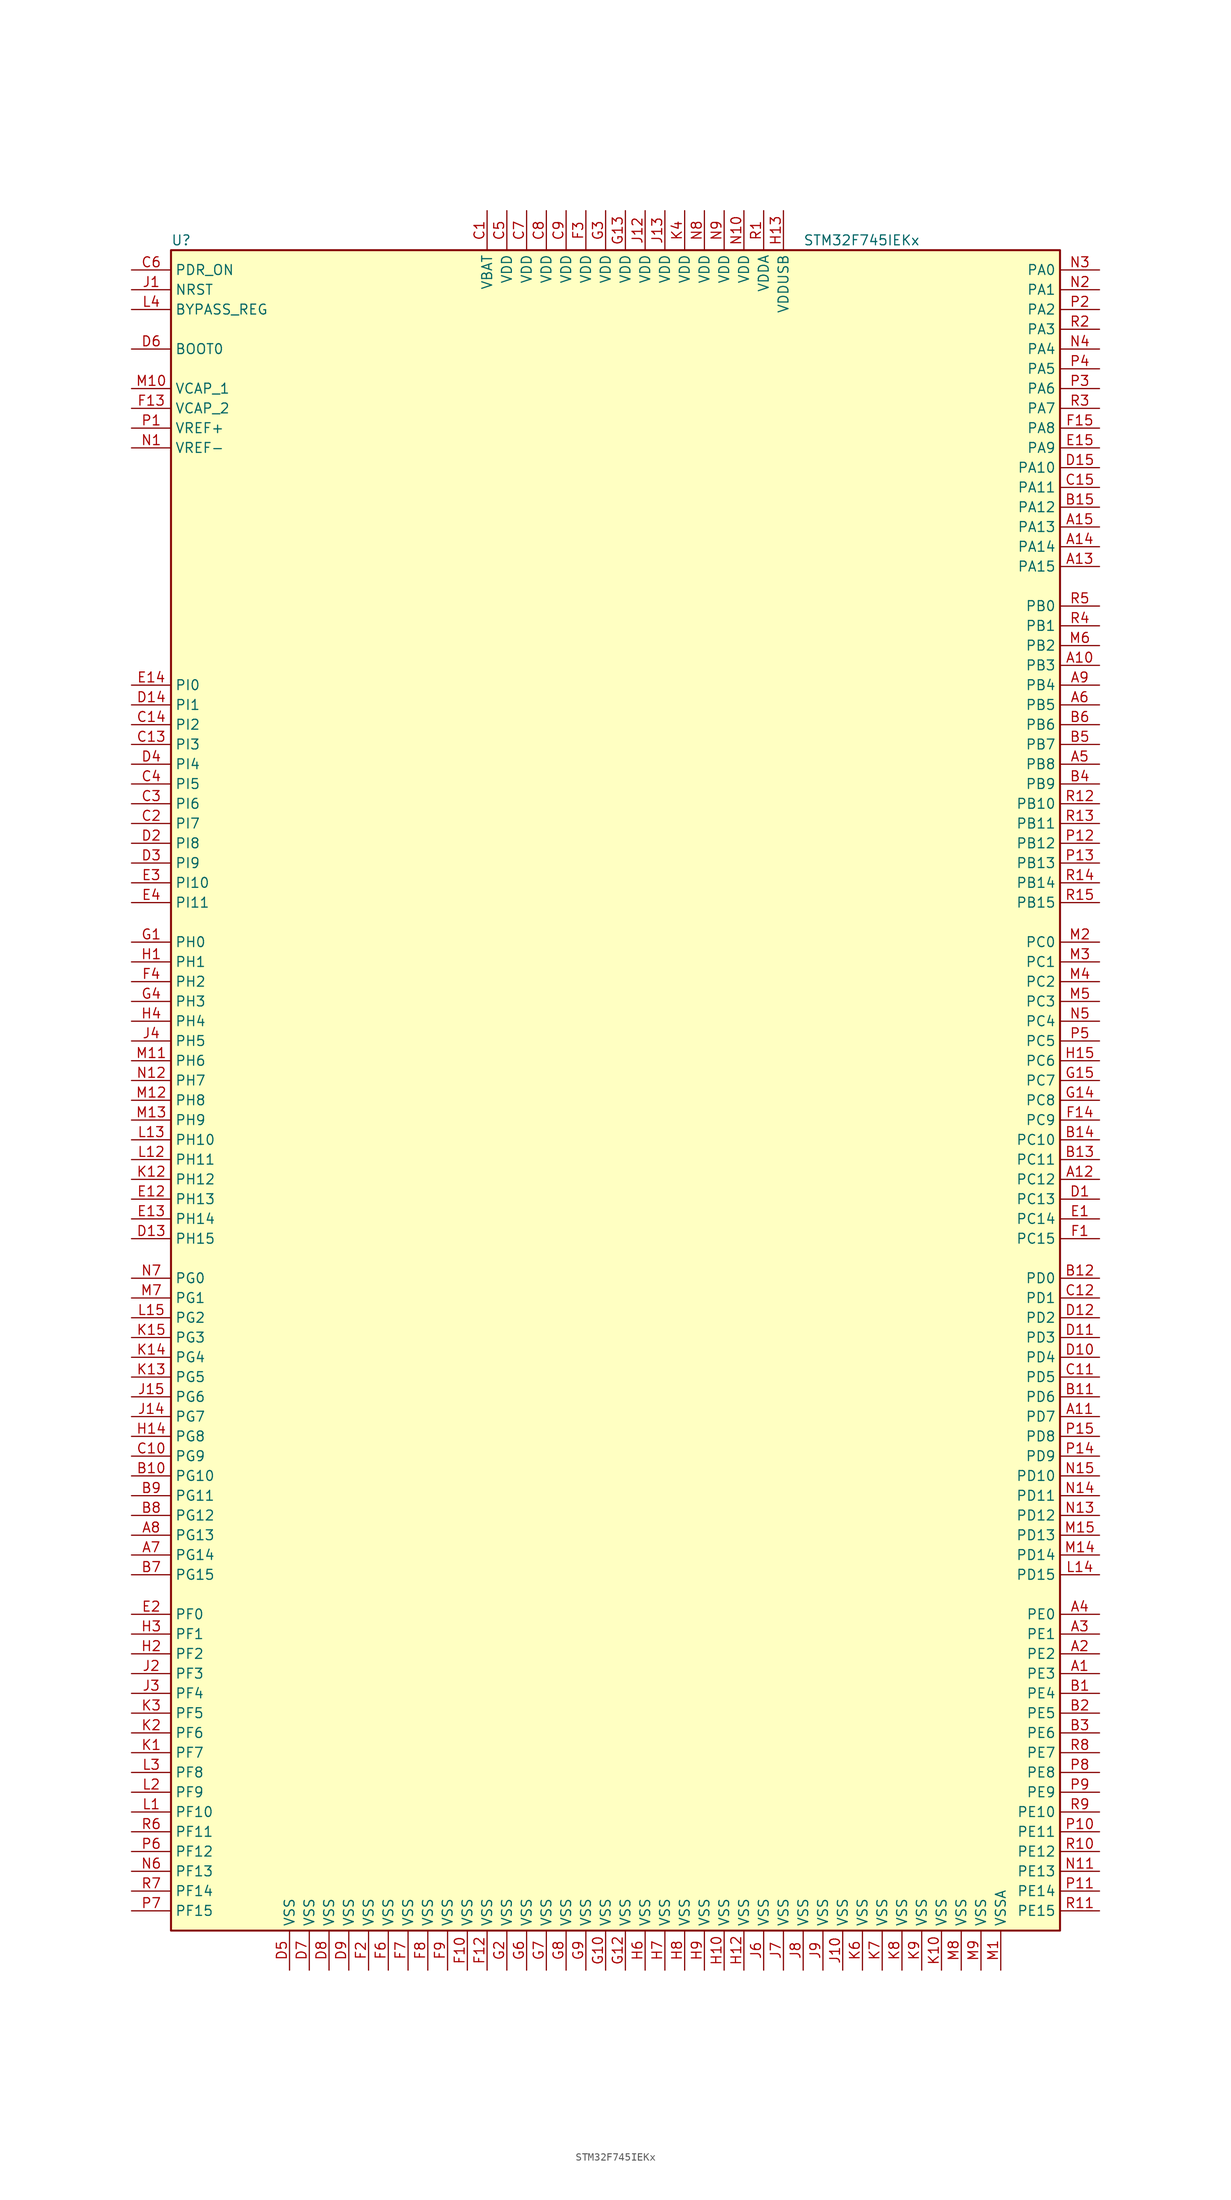
<source format=kicad_sym>
(kicad_symbol_lib
  (version 20201005)
  (generator kicad_symbol_editor)
  (symbol "STM32F745IEKx"
    (property "Reference" "U"
      (at -58.42 107.95 0)
      (effects (font (size 1.27 1.27)) (justify left)))
    (property "Value" "STM32F745IEKx"
      (at 22.86 107.95 0)
      (effects (font (size 1.27 1.27)) (justify left)))
    (symbol "STM32F745IEKx_0_1"
      (rectangle (start -58.42 -109.22) (end 55.88 106.68) (stroke (width 0.254)) (fill (type background))))
    (symbol "STM32F745IEKx_1_1"
      (pin bidirectional line (at 60.96 -76.2 180) (length 5.08) (name "PE3" (effects (font (size 1.27 1.27)))) (number "A1" (effects (font (size 1.27 1.27)))))
      (pin bidirectional line (at 60.96 53.34 180) (length 5.08) (name "PB3" (effects (font (size 1.27 1.27)))) (number "A10" (effects (font (size 1.27 1.27)))))
      (pin bidirectional line (at 60.96 -43.18 180) (length 5.08) (name "PD7" (effects (font (size 1.27 1.27)))) (number "A11" (effects (font (size 1.27 1.27)))))
      (pin bidirectional line (at 60.96 -12.7 180) (length 5.08) (name "PC12" (effects (font (size 1.27 1.27)))) (number "A12" (effects (font (size 1.27 1.27)))))
      (pin bidirectional line (at 60.96 66.04 180) (length 5.08) (name "PA15" (effects (font (size 1.27 1.27)))) (number "A13" (effects (font (size 1.27 1.27)))))
      (pin bidirectional line (at 60.96 68.58 180) (length 5.08) (name "PA14" (effects (font (size 1.27 1.27)))) (number "A14" (effects (font (size 1.27 1.27)))))
      (pin bidirectional line (at 60.96 71.12 180) (length 5.08) (name "PA13" (effects (font (size 1.27 1.27)))) (number "A15" (effects (font (size 1.27 1.27)))))
      (pin bidirectional line (at 60.96 -73.66 180) (length 5.08) (name "PE2" (effects (font (size 1.27 1.27)))) (number "A2" (effects (font (size 1.27 1.27)))))
      (pin bidirectional line (at 60.96 -71.12 180) (length 5.08) (name "PE1" (effects (font (size 1.27 1.27)))) (number "A3" (effects (font (size 1.27 1.27)))))
      (pin bidirectional line (at 60.96 -68.58 180) (length 5.08) (name "PE0" (effects (font (size 1.27 1.27)))) (number "A4" (effects (font (size 1.27 1.27)))))
      (pin bidirectional line (at 60.96 40.64 180) (length 5.08) (name "PB8" (effects (font (size 1.27 1.27)))) (number "A5" (effects (font (size 1.27 1.27)))))
      (pin bidirectional line (at 60.96 48.26 180) (length 5.08) (name "PB5" (effects (font (size 1.27 1.27)))) (number "A6" (effects (font (size 1.27 1.27)))))
      (pin bidirectional line (at -63.5 -60.96 0) (length 5.08) (name "PG14" (effects (font (size 1.27 1.27)))) (number "A7" (effects (font (size 1.27 1.27)))))
      (pin bidirectional line (at -63.5 -58.42 0) (length 5.08) (name "PG13" (effects (font (size 1.27 1.27)))) (number "A8" (effects (font (size 1.27 1.27)))))
      (pin bidirectional line (at 60.96 50.8 180) (length 5.08) (name "PB4" (effects (font (size 1.27 1.27)))) (number "A9" (effects (font (size 1.27 1.27)))))
      (pin bidirectional line (at 60.96 -78.74 180) (length 5.08) (name "PE4" (effects (font (size 1.27 1.27)))) (number "B1" (effects (font (size 1.27 1.27)))))
      (pin bidirectional line (at -63.5 -50.8 0) (length 5.08) (name "PG10" (effects (font (size 1.27 1.27)))) (number "B10" (effects (font (size 1.27 1.27)))))
      (pin bidirectional line (at 60.96 -40.64 180) (length 5.08) (name "PD6" (effects (font (size 1.27 1.27)))) (number "B11" (effects (font (size 1.27 1.27)))))
      (pin bidirectional line (at 60.96 -25.4 180) (length 5.08) (name "PD0" (effects (font (size 1.27 1.27)))) (number "B12" (effects (font (size 1.27 1.27)))))
      (pin bidirectional line (at 60.96 -10.16 180) (length 5.08) (name "PC11" (effects (font (size 1.27 1.27)))) (number "B13" (effects (font (size 1.27 1.27)))))
      (pin bidirectional line (at 60.96 -7.62 180) (length 5.08) (name "PC10" (effects (font (size 1.27 1.27)))) (number "B14" (effects (font (size 1.27 1.27)))))
      (pin bidirectional line (at 60.96 73.66 180) (length 5.08) (name "PA12" (effects (font (size 1.27 1.27)))) (number "B15" (effects (font (size 1.27 1.27)))))
      (pin bidirectional line (at 60.96 -81.28 180) (length 5.08) (name "PE5" (effects (font (size 1.27 1.27)))) (number "B2" (effects (font (size 1.27 1.27)))))
      (pin bidirectional line (at 60.96 -83.82 180) (length 5.08) (name "PE6" (effects (font (size 1.27 1.27)))) (number "B3" (effects (font (size 1.27 1.27)))))
      (pin bidirectional line (at 60.96 38.1 180) (length 5.08) (name "PB9" (effects (font (size 1.27 1.27)))) (number "B4" (effects (font (size 1.27 1.27)))))
      (pin bidirectional line (at 60.96 43.18 180) (length 5.08) (name "PB7" (effects (font (size 1.27 1.27)))) (number "B5" (effects (font (size 1.27 1.27)))))
      (pin bidirectional line (at 60.96 45.72 180) (length 5.08) (name "PB6" (effects (font (size 1.27 1.27)))) (number "B6" (effects (font (size 1.27 1.27)))))
      (pin bidirectional line (at -63.5 -63.5 0) (length 5.08) (name "PG15" (effects (font (size 1.27 1.27)))) (number "B7" (effects (font (size 1.27 1.27)))))
      (pin bidirectional line (at -63.5 -55.88 0) (length 5.08) (name "PG12" (effects (font (size 1.27 1.27)))) (number "B8" (effects (font (size 1.27 1.27)))))
      (pin bidirectional line (at -63.5 -53.34 0) (length 5.08) (name "PG11" (effects (font (size 1.27 1.27)))) (number "B9" (effects (font (size 1.27 1.27)))))
      (pin power_in line (at -17.78 111.76 270) (length 5.08) (name "VBAT" (effects (font (size 1.27 1.27)))) (number "C1" (effects (font (size 1.27 1.27)))))
      (pin bidirectional line (at -63.5 -48.26 0) (length 5.08) (name "PG9" (effects (font (size 1.27 1.27)))) (number "C10" (effects (font (size 1.27 1.27)))))
      (pin bidirectional line (at 60.96 -38.1 180) (length 5.08) (name "PD5" (effects (font (size 1.27 1.27)))) (number "C11" (effects (font (size 1.27 1.27)))))
      (pin bidirectional line (at 60.96 -27.94 180) (length 5.08) (name "PD1" (effects (font (size 1.27 1.27)))) (number "C12" (effects (font (size 1.27 1.27)))))
      (pin bidirectional line (at -63.5 43.18 0) (length 5.08) (name "PI3" (effects (font (size 1.27 1.27)))) (number "C13" (effects (font (size 1.27 1.27)))))
      (pin bidirectional line (at -63.5 45.72 0) (length 5.08) (name "PI2" (effects (font (size 1.27 1.27)))) (number "C14" (effects (font (size 1.27 1.27)))))
      (pin bidirectional line (at 60.96 76.2 180) (length 5.08) (name "PA11" (effects (font (size 1.27 1.27)))) (number "C15" (effects (font (size 1.27 1.27)))))
      (pin bidirectional line (at -63.5 33.02 0) (length 5.08) (name "PI7" (effects (font (size 1.27 1.27)))) (number "C2" (effects (font (size 1.27 1.27)))))
      (pin bidirectional line (at -63.5 35.56 0) (length 5.08) (name "PI6" (effects (font (size 1.27 1.27)))) (number "C3" (effects (font (size 1.27 1.27)))))
      (pin bidirectional line (at -63.5 38.1 0) (length 5.08) (name "PI5" (effects (font (size 1.27 1.27)))) (number "C4" (effects (font (size 1.27 1.27)))))
      (pin power_in line (at -15.24 111.76 270) (length 5.08) (name "VDD" (effects (font (size 1.27 1.27)))) (number "C5" (effects (font (size 1.27 1.27)))))
      (pin input line (at -63.5 104.14 0) (length 5.08) (name "PDR_ON" (effects (font (size 1.27 1.27)))) (number "C6" (effects (font (size 1.27 1.27)))))
      (pin power_in line (at -12.7 111.76 270) (length 5.08) (name "VDD" (effects (font (size 1.27 1.27)))) (number "C7" (effects (font (size 1.27 1.27)))))
      (pin power_in line (at -10.16 111.76 270) (length 5.08) (name "VDD" (effects (font (size 1.27 1.27)))) (number "C8" (effects (font (size 1.27 1.27)))))
      (pin power_in line (at -7.62 111.76 270) (length 5.08) (name "VDD" (effects (font (size 1.27 1.27)))) (number "C9" (effects (font (size 1.27 1.27)))))
      (pin bidirectional line (at 60.96 -15.24 180) (length 5.08) (name "PC13" (effects (font (size 1.27 1.27)))) (number "D1" (effects (font (size 1.27 1.27)))))
      (pin bidirectional line (at 60.96 -35.56 180) (length 5.08) (name "PD4" (effects (font (size 1.27 1.27)))) (number "D10" (effects (font (size 1.27 1.27)))))
      (pin bidirectional line (at 60.96 -33.02 180) (length 5.08) (name "PD3" (effects (font (size 1.27 1.27)))) (number "D11" (effects (font (size 1.27 1.27)))))
      (pin bidirectional line (at 60.96 -30.48 180) (length 5.08) (name "PD2" (effects (font (size 1.27 1.27)))) (number "D12" (effects (font (size 1.27 1.27)))))
      (pin bidirectional line (at -63.5 -20.32 0) (length 5.08) (name "PH15" (effects (font (size 1.27 1.27)))) (number "D13" (effects (font (size 1.27 1.27)))))
      (pin bidirectional line (at -63.5 48.26 0) (length 5.08) (name "PI1" (effects (font (size 1.27 1.27)))) (number "D14" (effects (font (size 1.27 1.27)))))
      (pin bidirectional line (at 60.96 78.74 180) (length 5.08) (name "PA10" (effects (font (size 1.27 1.27)))) (number "D15" (effects (font (size 1.27 1.27)))))
      (pin bidirectional line (at -63.5 30.48 0) (length 5.08) (name "PI8" (effects (font (size 1.27 1.27)))) (number "D2" (effects (font (size 1.27 1.27)))))
      (pin bidirectional line (at -63.5 27.94 0) (length 5.08) (name "PI9" (effects (font (size 1.27 1.27)))) (number "D3" (effects (font (size 1.27 1.27)))))
      (pin bidirectional line (at -63.5 40.64 0) (length 5.08) (name "PI4" (effects (font (size 1.27 1.27)))) (number "D4" (effects (font (size 1.27 1.27)))))
      (pin power_in line (at -43.18 -114.3 90) (length 5.08) (name "VSS" (effects (font (size 1.27 1.27)))) (number "D5" (effects (font (size 1.27 1.27)))))
      (pin input line (at -63.5 93.98 0) (length 5.08) (name "BOOT0" (effects (font (size 1.27 1.27)))) (number "D6" (effects (font (size 1.27 1.27)))))
      (pin power_in line (at -40.64 -114.3 90) (length 5.08) (name "VSS" (effects (font (size 1.27 1.27)))) (number "D7" (effects (font (size 1.27 1.27)))))
      (pin power_in line (at -38.1 -114.3 90) (length 5.08) (name "VSS" (effects (font (size 1.27 1.27)))) (number "D8" (effects (font (size 1.27 1.27)))))
      (pin power_in line (at -35.56 -114.3 90) (length 5.08) (name "VSS" (effects (font (size 1.27 1.27)))) (number "D9" (effects (font (size 1.27 1.27)))))
      (pin bidirectional line (at 60.96 -17.78 180) (length 5.08) (name "PC14" (effects (font (size 1.27 1.27)))) (number "E1" (effects (font (size 1.27 1.27)))))
      (pin bidirectional line (at -63.5 -15.24 0) (length 5.08) (name "PH13" (effects (font (size 1.27 1.27)))) (number "E12" (effects (font (size 1.27 1.27)))))
      (pin bidirectional line (at -63.5 -17.78 0) (length 5.08) (name "PH14" (effects (font (size 1.27 1.27)))) (number "E13" (effects (font (size 1.27 1.27)))))
      (pin bidirectional line (at -63.5 50.8 0) (length 5.08) (name "PI0" (effects (font (size 1.27 1.27)))) (number "E14" (effects (font (size 1.27 1.27)))))
      (pin bidirectional line (at 60.96 81.28 180) (length 5.08) (name "PA9" (effects (font (size 1.27 1.27)))) (number "E15" (effects (font (size 1.27 1.27)))))
      (pin bidirectional line (at -63.5 -68.58 0) (length 5.08) (name "PF0" (effects (font (size 1.27 1.27)))) (number "E2" (effects (font (size 1.27 1.27)))))
      (pin bidirectional line (at -63.5 25.4 0) (length 5.08) (name "PI10" (effects (font (size 1.27 1.27)))) (number "E3" (effects (font (size 1.27 1.27)))))
      (pin bidirectional line (at -63.5 22.86 0) (length 5.08) (name "PI11" (effects (font (size 1.27 1.27)))) (number "E4" (effects (font (size 1.27 1.27)))))
      (pin bidirectional line (at 60.96 -20.32 180) (length 5.08) (name "PC15" (effects (font (size 1.27 1.27)))) (number "F1" (effects (font (size 1.27 1.27)))))
      (pin power_in line (at -20.32 -114.3 90) (length 5.08) (name "VSS" (effects (font (size 1.27 1.27)))) (number "F10" (effects (font (size 1.27 1.27)))))
      (pin power_in line (at -17.78 -114.3 90) (length 5.08) (name "VSS" (effects (font (size 1.27 1.27)))) (number "F12" (effects (font (size 1.27 1.27)))))
      (pin power_in line (at -63.5 86.36 0) (length 5.08) (name "VCAP_2" (effects (font (size 1.27 1.27)))) (number "F13" (effects (font (size 1.27 1.27)))))
      (pin bidirectional line (at 60.96 -5.08 180) (length 5.08) (name "PC9" (effects (font (size 1.27 1.27)))) (number "F14" (effects (font (size 1.27 1.27)))))
      (pin bidirectional line (at 60.96 83.82 180) (length 5.08) (name "PA8" (effects (font (size 1.27 1.27)))) (number "F15" (effects (font (size 1.27 1.27)))))
      (pin power_in line (at -33.02 -114.3 90) (length 5.08) (name "VSS" (effects (font (size 1.27 1.27)))) (number "F2" (effects (font (size 1.27 1.27)))))
      (pin power_in line (at -5.08 111.76 270) (length 5.08) (name "VDD" (effects (font (size 1.27 1.27)))) (number "F3" (effects (font (size 1.27 1.27)))))
      (pin bidirectional line (at -63.5 12.7 0) (length 5.08) (name "PH2" (effects (font (size 1.27 1.27)))) (number "F4" (effects (font (size 1.27 1.27)))))
      (pin power_in line (at -30.48 -114.3 90) (length 5.08) (name "VSS" (effects (font (size 1.27 1.27)))) (number "F6" (effects (font (size 1.27 1.27)))))
      (pin power_in line (at -27.94 -114.3 90) (length 5.08) (name "VSS" (effects (font (size 1.27 1.27)))) (number "F7" (effects (font (size 1.27 1.27)))))
      (pin power_in line (at -25.4 -114.3 90) (length 5.08) (name "VSS" (effects (font (size 1.27 1.27)))) (number "F8" (effects (font (size 1.27 1.27)))))
      (pin power_in line (at -22.86 -114.3 90) (length 5.08) (name "VSS" (effects (font (size 1.27 1.27)))) (number "F9" (effects (font (size 1.27 1.27)))))
      (pin input line (at -63.5 17.78 0) (length 5.08) (name "PH0" (effects (font (size 1.27 1.27)))) (number "G1" (effects (font (size 1.27 1.27)))))
      (pin power_in line (at -2.54 -114.3 90) (length 5.08) (name "VSS" (effects (font (size 1.27 1.27)))) (number "G10" (effects (font (size 1.27 1.27)))))
      (pin power_in line (at 0 -114.3 90) (length 5.08) (name "VSS" (effects (font (size 1.27 1.27)))) (number "G12" (effects (font (size 1.27 1.27)))))
      (pin power_in line (at 0 111.76 270) (length 5.08) (name "VDD" (effects (font (size 1.27 1.27)))) (number "G13" (effects (font (size 1.27 1.27)))))
      (pin bidirectional line (at 60.96 -2.54 180) (length 5.08) (name "PC8" (effects (font (size 1.27 1.27)))) (number "G14" (effects (font (size 1.27 1.27)))))
      (pin bidirectional line (at 60.96 0 180) (length 5.08) (name "PC7" (effects (font (size 1.27 1.27)))) (number "G15" (effects (font (size 1.27 1.27)))))
      (pin power_in line (at -15.24 -114.3 90) (length 5.08) (name "VSS" (effects (font (size 1.27 1.27)))) (number "G2" (effects (font (size 1.27 1.27)))))
      (pin power_in line (at -2.54 111.76 270) (length 5.08) (name "VDD" (effects (font (size 1.27 1.27)))) (number "G3" (effects (font (size 1.27 1.27)))))
      (pin bidirectional line (at -63.5 10.16 0) (length 5.08) (name "PH3" (effects (font (size 1.27 1.27)))) (number "G4" (effects (font (size 1.27 1.27)))))
      (pin power_in line (at -12.7 -114.3 90) (length 5.08) (name "VSS" (effects (font (size 1.27 1.27)))) (number "G6" (effects (font (size 1.27 1.27)))))
      (pin power_in line (at -10.16 -114.3 90) (length 5.08) (name "VSS" (effects (font (size 1.27 1.27)))) (number "G7" (effects (font (size 1.27 1.27)))))
      (pin power_in line (at -7.62 -114.3 90) (length 5.08) (name "VSS" (effects (font (size 1.27 1.27)))) (number "G8" (effects (font (size 1.27 1.27)))))
      (pin power_in line (at -5.08 -114.3 90) (length 5.08) (name "VSS" (effects (font (size 1.27 1.27)))) (number "G9" (effects (font (size 1.27 1.27)))))
      (pin input line (at -63.5 15.24 0) (length 5.08) (name "PH1" (effects (font (size 1.27 1.27)))) (number "H1" (effects (font (size 1.27 1.27)))))
      (pin power_in line (at 12.7 -114.3 90) (length 5.08) (name "VSS" (effects (font (size 1.27 1.27)))) (number "H10" (effects (font (size 1.27 1.27)))))
      (pin power_in line (at 15.24 -114.3 90) (length 5.08) (name "VSS" (effects (font (size 1.27 1.27)))) (number "H12" (effects (font (size 1.27 1.27)))))
      (pin power_in line (at 20.32 111.76 270) (length 5.08) (name "VDDUSB" (effects (font (size 1.27 1.27)))) (number "H13" (effects (font (size 1.27 1.27)))))
      (pin bidirectional line (at -63.5 -45.72 0) (length 5.08) (name "PG8" (effects (font (size 1.27 1.27)))) (number "H14" (effects (font (size 1.27 1.27)))))
      (pin bidirectional line (at 60.96 2.54 180) (length 5.08) (name "PC6" (effects (font (size 1.27 1.27)))) (number "H15" (effects (font (size 1.27 1.27)))))
      (pin bidirectional line (at -63.5 -73.66 0) (length 5.08) (name "PF2" (effects (font (size 1.27 1.27)))) (number "H2" (effects (font (size 1.27 1.27)))))
      (pin bidirectional line (at -63.5 -71.12 0) (length 5.08) (name "PF1" (effects (font (size 1.27 1.27)))) (number "H3" (effects (font (size 1.27 1.27)))))
      (pin bidirectional line (at -63.5 7.62 0) (length 5.08) (name "PH4" (effects (font (size 1.27 1.27)))) (number "H4" (effects (font (size 1.27 1.27)))))
      (pin power_in line (at 2.54 -114.3 90) (length 5.08) (name "VSS" (effects (font (size 1.27 1.27)))) (number "H6" (effects (font (size 1.27 1.27)))))
      (pin power_in line (at 5.08 -114.3 90) (length 5.08) (name "VSS" (effects (font (size 1.27 1.27)))) (number "H7" (effects (font (size 1.27 1.27)))))
      (pin power_in line (at 7.62 -114.3 90) (length 5.08) (name "VSS" (effects (font (size 1.27 1.27)))) (number "H8" (effects (font (size 1.27 1.27)))))
      (pin power_in line (at 10.16 -114.3 90) (length 5.08) (name "VSS" (effects (font (size 1.27 1.27)))) (number "H9" (effects (font (size 1.27 1.27)))))
      (pin input line (at -63.5 101.6 0) (length 5.08) (name "NRST" (effects (font (size 1.27 1.27)))) (number "J1" (effects (font (size 1.27 1.27)))))
      (pin power_in line (at 27.94 -114.3 90) (length 5.08) (name "VSS" (effects (font (size 1.27 1.27)))) (number "J10" (effects (font (size 1.27 1.27)))))
      (pin power_in line (at 2.54 111.76 270) (length 5.08) (name "VDD" (effects (font (size 1.27 1.27)))) (number "J12" (effects (font (size 1.27 1.27)))))
      (pin power_in line (at 5.08 111.76 270) (length 5.08) (name "VDD" (effects (font (size 1.27 1.27)))) (number "J13" (effects (font (size 1.27 1.27)))))
      (pin bidirectional line (at -63.5 -43.18 0) (length 5.08) (name "PG7" (effects (font (size 1.27 1.27)))) (number "J14" (effects (font (size 1.27 1.27)))))
      (pin bidirectional line (at -63.5 -40.64 0) (length 5.08) (name "PG6" (effects (font (size 1.27 1.27)))) (number "J15" (effects (font (size 1.27 1.27)))))
      (pin bidirectional line (at -63.5 -76.2 0) (length 5.08) (name "PF3" (effects (font (size 1.27 1.27)))) (number "J2" (effects (font (size 1.27 1.27)))))
      (pin bidirectional line (at -63.5 -78.74 0) (length 5.08) (name "PF4" (effects (font (size 1.27 1.27)))) (number "J3" (effects (font (size 1.27 1.27)))))
      (pin bidirectional line (at -63.5 5.08 0) (length 5.08) (name "PH5" (effects (font (size 1.27 1.27)))) (number "J4" (effects (font (size 1.27 1.27)))))
      (pin power_in line (at 17.78 -114.3 90) (length 5.08) (name "VSS" (effects (font (size 1.27 1.27)))) (number "J6" (effects (font (size 1.27 1.27)))))
      (pin power_in line (at 20.32 -114.3 90) (length 5.08) (name "VSS" (effects (font (size 1.27 1.27)))) (number "J7" (effects (font (size 1.27 1.27)))))
      (pin power_in line (at 22.86 -114.3 90) (length 5.08) (name "VSS" (effects (font (size 1.27 1.27)))) (number "J8" (effects (font (size 1.27 1.27)))))
      (pin power_in line (at 25.4 -114.3 90) (length 5.08) (name "VSS" (effects (font (size 1.27 1.27)))) (number "J9" (effects (font (size 1.27 1.27)))))
      (pin bidirectional line (at -63.5 -86.36 0) (length 5.08) (name "PF7" (effects (font (size 1.27 1.27)))) (number "K1" (effects (font (size 1.27 1.27)))))
      (pin power_in line (at 40.64 -114.3 90) (length 5.08) (name "VSS" (effects (font (size 1.27 1.27)))) (number "K10" (effects (font (size 1.27 1.27)))))
      (pin bidirectional line (at -63.5 -12.7 0) (length 5.08) (name "PH12" (effects (font (size 1.27 1.27)))) (number "K12" (effects (font (size 1.27 1.27)))))
      (pin bidirectional line (at -63.5 -38.1 0) (length 5.08) (name "PG5" (effects (font (size 1.27 1.27)))) (number "K13" (effects (font (size 1.27 1.27)))))
      (pin bidirectional line (at -63.5 -35.56 0) (length 5.08) (name "PG4" (effects (font (size 1.27 1.27)))) (number "K14" (effects (font (size 1.27 1.27)))))
      (pin bidirectional line (at -63.5 -33.02 0) (length 5.08) (name "PG3" (effects (font (size 1.27 1.27)))) (number "K15" (effects (font (size 1.27 1.27)))))
      (pin bidirectional line (at -63.5 -83.82 0) (length 5.08) (name "PF6" (effects (font (size 1.27 1.27)))) (number "K2" (effects (font (size 1.27 1.27)))))
      (pin bidirectional line (at -63.5 -81.28 0) (length 5.08) (name "PF5" (effects (font (size 1.27 1.27)))) (number "K3" (effects (font (size 1.27 1.27)))))
      (pin power_in line (at 7.62 111.76 270) (length 5.08) (name "VDD" (effects (font (size 1.27 1.27)))) (number "K4" (effects (font (size 1.27 1.27)))))
      (pin power_in line (at 30.48 -114.3 90) (length 5.08) (name "VSS" (effects (font (size 1.27 1.27)))) (number "K6" (effects (font (size 1.27 1.27)))))
      (pin power_in line (at 33.02 -114.3 90) (length 5.08) (name "VSS" (effects (font (size 1.27 1.27)))) (number "K7" (effects (font (size 1.27 1.27)))))
      (pin power_in line (at 35.56 -114.3 90) (length 5.08) (name "VSS" (effects (font (size 1.27 1.27)))) (number "K8" (effects (font (size 1.27 1.27)))))
      (pin power_in line (at 38.1 -114.3 90) (length 5.08) (name "VSS" (effects (font (size 1.27 1.27)))) (number "K9" (effects (font (size 1.27 1.27)))))
      (pin bidirectional line (at -63.5 -93.98 0) (length 5.08) (name "PF10" (effects (font (size 1.27 1.27)))) (number "L1" (effects (font (size 1.27 1.27)))))
      (pin bidirectional line (at -63.5 -10.16 0) (length 5.08) (name "PH11" (effects (font (size 1.27 1.27)))) (number "L12" (effects (font (size 1.27 1.27)))))
      (pin bidirectional line (at -63.5 -7.62 0) (length 5.08) (name "PH10" (effects (font (size 1.27 1.27)))) (number "L13" (effects (font (size 1.27 1.27)))))
      (pin bidirectional line (at 60.96 -63.5 180) (length 5.08) (name "PD15" (effects (font (size 1.27 1.27)))) (number "L14" (effects (font (size 1.27 1.27)))))
      (pin bidirectional line (at -63.5 -30.48 0) (length 5.08) (name "PG2" (effects (font (size 1.27 1.27)))) (number "L15" (effects (font (size 1.27 1.27)))))
      (pin bidirectional line (at -63.5 -91.44 0) (length 5.08) (name "PF9" (effects (font (size 1.27 1.27)))) (number "L2" (effects (font (size 1.27 1.27)))))
      (pin bidirectional line (at -63.5 -88.9 0) (length 5.08) (name "PF8" (effects (font (size 1.27 1.27)))) (number "L3" (effects (font (size 1.27 1.27)))))
      (pin input line (at -63.5 99.06 0) (length 5.08) (name "BYPASS_REG" (effects (font (size 1.27 1.27)))) (number "L4" (effects (font (size 1.27 1.27)))))
      (pin power_in line (at 48.26 -114.3 90) (length 5.08) (name "VSSA" (effects (font (size 1.27 1.27)))) (number "M1" (effects (font (size 1.27 1.27)))))
      (pin power_in line (at -63.5 88.9 0) (length 5.08) (name "VCAP_1" (effects (font (size 1.27 1.27)))) (number "M10" (effects (font (size 1.27 1.27)))))
      (pin bidirectional line (at -63.5 2.54 0) (length 5.08) (name "PH6" (effects (font (size 1.27 1.27)))) (number "M11" (effects (font (size 1.27 1.27)))))
      (pin bidirectional line (at -63.5 -2.54 0) (length 5.08) (name "PH8" (effects (font (size 1.27 1.27)))) (number "M12" (effects (font (size 1.27 1.27)))))
      (pin bidirectional line (at -63.5 -5.08 0) (length 5.08) (name "PH9" (effects (font (size 1.27 1.27)))) (number "M13" (effects (font (size 1.27 1.27)))))
      (pin bidirectional line (at 60.96 -60.96 180) (length 5.08) (name "PD14" (effects (font (size 1.27 1.27)))) (number "M14" (effects (font (size 1.27 1.27)))))
      (pin bidirectional line (at 60.96 -58.42 180) (length 5.08) (name "PD13" (effects (font (size 1.27 1.27)))) (number "M15" (effects (font (size 1.27 1.27)))))
      (pin bidirectional line (at 60.96 17.78 180) (length 5.08) (name "PC0" (effects (font (size 1.27 1.27)))) (number "M2" (effects (font (size 1.27 1.27)))))
      (pin bidirectional line (at 60.96 15.24 180) (length 5.08) (name "PC1" (effects (font (size 1.27 1.27)))) (number "M3" (effects (font (size 1.27 1.27)))))
      (pin bidirectional line (at 60.96 12.7 180) (length 5.08) (name "PC2" (effects (font (size 1.27 1.27)))) (number "M4" (effects (font (size 1.27 1.27)))))
      (pin bidirectional line (at 60.96 10.16 180) (length 5.08) (name "PC3" (effects (font (size 1.27 1.27)))) (number "M5" (effects (font (size 1.27 1.27)))))
      (pin bidirectional line (at 60.96 55.88 180) (length 5.08) (name "PB2" (effects (font (size 1.27 1.27)))) (number "M6" (effects (font (size 1.27 1.27)))))
      (pin bidirectional line (at -63.5 -27.94 0) (length 5.08) (name "PG1" (effects (font (size 1.27 1.27)))) (number "M7" (effects (font (size 1.27 1.27)))))
      (pin power_in line (at 43.18 -114.3 90) (length 5.08) (name "VSS" (effects (font (size 1.27 1.27)))) (number "M8" (effects (font (size 1.27 1.27)))))
      (pin power_in line (at 45.72 -114.3 90) (length 5.08) (name "VSS" (effects (font (size 1.27 1.27)))) (number "M9" (effects (font (size 1.27 1.27)))))
      (pin power_in line (at -63.5 81.28 0) (length 5.08) (name "VREF-" (effects (font (size 1.27 1.27)))) (number "N1" (effects (font (size 1.27 1.27)))))
      (pin power_in line (at 15.24 111.76 270) (length 5.08) (name "VDD" (effects (font (size 1.27 1.27)))) (number "N10" (effects (font (size 1.27 1.27)))))
      (pin bidirectional line (at 60.96 -101.6 180) (length 5.08) (name "PE13" (effects (font (size 1.27 1.27)))) (number "N11" (effects (font (size 1.27 1.27)))))
      (pin bidirectional line (at -63.5 0 0) (length 5.08) (name "PH7" (effects (font (size 1.27 1.27)))) (number "N12" (effects (font (size 1.27 1.27)))))
      (pin bidirectional line (at 60.96 -55.88 180) (length 5.08) (name "PD12" (effects (font (size 1.27 1.27)))) (number "N13" (effects (font (size 1.27 1.27)))))
      (pin bidirectional line (at 60.96 -53.34 180) (length 5.08) (name "PD11" (effects (font (size 1.27 1.27)))) (number "N14" (effects (font (size 1.27 1.27)))))
      (pin bidirectional line (at 60.96 -50.8 180) (length 5.08) (name "PD10" (effects (font (size 1.27 1.27)))) (number "N15" (effects (font (size 1.27 1.27)))))
      (pin bidirectional line (at 60.96 101.6 180) (length 5.08) (name "PA1" (effects (font (size 1.27 1.27)))) (number "N2" (effects (font (size 1.27 1.27)))))
      (pin bidirectional line (at 60.96 104.14 180) (length 5.08) (name "PA0" (effects (font (size 1.27 1.27)))) (number "N3" (effects (font (size 1.27 1.27)))))
      (pin bidirectional line (at 60.96 93.98 180) (length 5.08) (name "PA4" (effects (font (size 1.27 1.27)))) (number "N4" (effects (font (size 1.27 1.27)))))
      (pin bidirectional line (at 60.96 7.62 180) (length 5.08) (name "PC4" (effects (font (size 1.27 1.27)))) (number "N5" (effects (font (size 1.27 1.27)))))
      (pin bidirectional line (at -63.5 -101.6 0) (length 5.08) (name "PF13" (effects (font (size 1.27 1.27)))) (number "N6" (effects (font (size 1.27 1.27)))))
      (pin bidirectional line (at -63.5 -25.4 0) (length 5.08) (name "PG0" (effects (font (size 1.27 1.27)))) (number "N7" (effects (font (size 1.27 1.27)))))
      (pin power_in line (at 10.16 111.76 270) (length 5.08) (name "VDD" (effects (font (size 1.27 1.27)))) (number "N8" (effects (font (size 1.27 1.27)))))
      (pin power_in line (at 12.7 111.76 270) (length 5.08) (name "VDD" (effects (font (size 1.27 1.27)))) (number "N9" (effects (font (size 1.27 1.27)))))
      (pin power_in line (at -63.5 83.82 0) (length 5.08) (name "VREF+" (effects (font (size 1.27 1.27)))) (number "P1" (effects (font (size 1.27 1.27)))))
      (pin bidirectional line (at 60.96 -96.52 180) (length 5.08) (name "PE11" (effects (font (size 1.27 1.27)))) (number "P10" (effects (font (size 1.27 1.27)))))
      (pin bidirectional line (at 60.96 -104.14 180) (length 5.08) (name "PE14" (effects (font (size 1.27 1.27)))) (number "P11" (effects (font (size 1.27 1.27)))))
      (pin bidirectional line (at 60.96 30.48 180) (length 5.08) (name "PB12" (effects (font (size 1.27 1.27)))) (number "P12" (effects (font (size 1.27 1.27)))))
      (pin bidirectional line (at 60.96 27.94 180) (length 5.08) (name "PB13" (effects (font (size 1.27 1.27)))) (number "P13" (effects (font (size 1.27 1.27)))))
      (pin bidirectional line (at 60.96 -48.26 180) (length 5.08) (name "PD9" (effects (font (size 1.27 1.27)))) (number "P14" (effects (font (size 1.27 1.27)))))
      (pin bidirectional line (at 60.96 -45.72 180) (length 5.08) (name "PD8" (effects (font (size 1.27 1.27)))) (number "P15" (effects (font (size 1.27 1.27)))))
      (pin bidirectional line (at 60.96 99.06 180) (length 5.08) (name "PA2" (effects (font (size 1.27 1.27)))) (number "P2" (effects (font (size 1.27 1.27)))))
      (pin bidirectional line (at 60.96 88.9 180) (length 5.08) (name "PA6" (effects (font (size 1.27 1.27)))) (number "P3" (effects (font (size 1.27 1.27)))))
      (pin bidirectional line (at 60.96 91.44 180) (length 5.08) (name "PA5" (effects (font (size 1.27 1.27)))) (number "P4" (effects (font (size 1.27 1.27)))))
      (pin bidirectional line (at 60.96 5.08 180) (length 5.08) (name "PC5" (effects (font (size 1.27 1.27)))) (number "P5" (effects (font (size 1.27 1.27)))))
      (pin bidirectional line (at -63.5 -99.06 0) (length 5.08) (name "PF12" (effects (font (size 1.27 1.27)))) (number "P6" (effects (font (size 1.27 1.27)))))
      (pin bidirectional line (at -63.5 -106.68 0) (length 5.08) (name "PF15" (effects (font (size 1.27 1.27)))) (number "P7" (effects (font (size 1.27 1.27)))))
      (pin bidirectional line (at 60.96 -88.9 180) (length 5.08) (name "PE8" (effects (font (size 1.27 1.27)))) (number "P8" (effects (font (size 1.27 1.27)))))
      (pin bidirectional line (at 60.96 -91.44 180) (length 5.08) (name "PE9" (effects (font (size 1.27 1.27)))) (number "P9" (effects (font (size 1.27 1.27)))))
      (pin power_in line (at 17.78 111.76 270) (length 5.08) (name "VDDA" (effects (font (size 1.27 1.27)))) (number "R1" (effects (font (size 1.27 1.27)))))
      (pin bidirectional line (at 60.96 -99.06 180) (length 5.08) (name "PE12" (effects (font (size 1.27 1.27)))) (number "R10" (effects (font (size 1.27 1.27)))))
      (pin bidirectional line (at 60.96 -106.68 180) (length 5.08) (name "PE15" (effects (font (size 1.27 1.27)))) (number "R11" (effects (font (size 1.27 1.27)))))
      (pin bidirectional line (at 60.96 35.56 180) (length 5.08) (name "PB10" (effects (font (size 1.27 1.27)))) (number "R12" (effects (font (size 1.27 1.27)))))
      (pin bidirectional line (at 60.96 33.02 180) (length 5.08) (name "PB11" (effects (font (size 1.27 1.27)))) (number "R13" (effects (font (size 1.27 1.27)))))
      (pin bidirectional line (at 60.96 25.4 180) (length 5.08) (name "PB14" (effects (font (size 1.27 1.27)))) (number "R14" (effects (font (size 1.27 1.27)))))
      (pin bidirectional line (at 60.96 22.86 180) (length 5.08) (name "PB15" (effects (font (size 1.27 1.27)))) (number "R15" (effects (font (size 1.27 1.27)))))
      (pin bidirectional line (at 60.96 96.52 180) (length 5.08) (name "PA3" (effects (font (size 1.27 1.27)))) (number "R2" (effects (font (size 1.27 1.27)))))
      (pin bidirectional line (at 60.96 86.36 180) (length 5.08) (name "PA7" (effects (font (size 1.27 1.27)))) (number "R3" (effects (font (size 1.27 1.27)))))
      (pin bidirectional line (at 60.96 58.42 180) (length 5.08) (name "PB1" (effects (font (size 1.27 1.27)))) (number "R4" (effects (font (size 1.27 1.27)))))
      (pin bidirectional line (at 60.96 60.96 180) (length 5.08) (name "PB0" (effects (font (size 1.27 1.27)))) (number "R5" (effects (font (size 1.27 1.27)))))
      (pin bidirectional line (at -63.5 -96.52 0) (length 5.08) (name "PF11" (effects (font (size 1.27 1.27)))) (number "R6" (effects (font (size 1.27 1.27)))))
      (pin bidirectional line (at -63.5 -104.14 0) (length 5.08) (name "PF14" (effects (font (size 1.27 1.27)))) (number "R7" (effects (font (size 1.27 1.27)))))
      (pin bidirectional line (at 60.96 -86.36 180) (length 5.08) (name "PE7" (effects (font (size 1.27 1.27)))) (number "R8" (effects (font (size 1.27 1.27)))))
      (pin bidirectional line (at 60.96 -93.98 180) (length 5.08) (name "PE10" (effects (font (size 1.27 1.27)))) (number "R9" (effects (font (size 1.27 1.27))))))))
</source>
